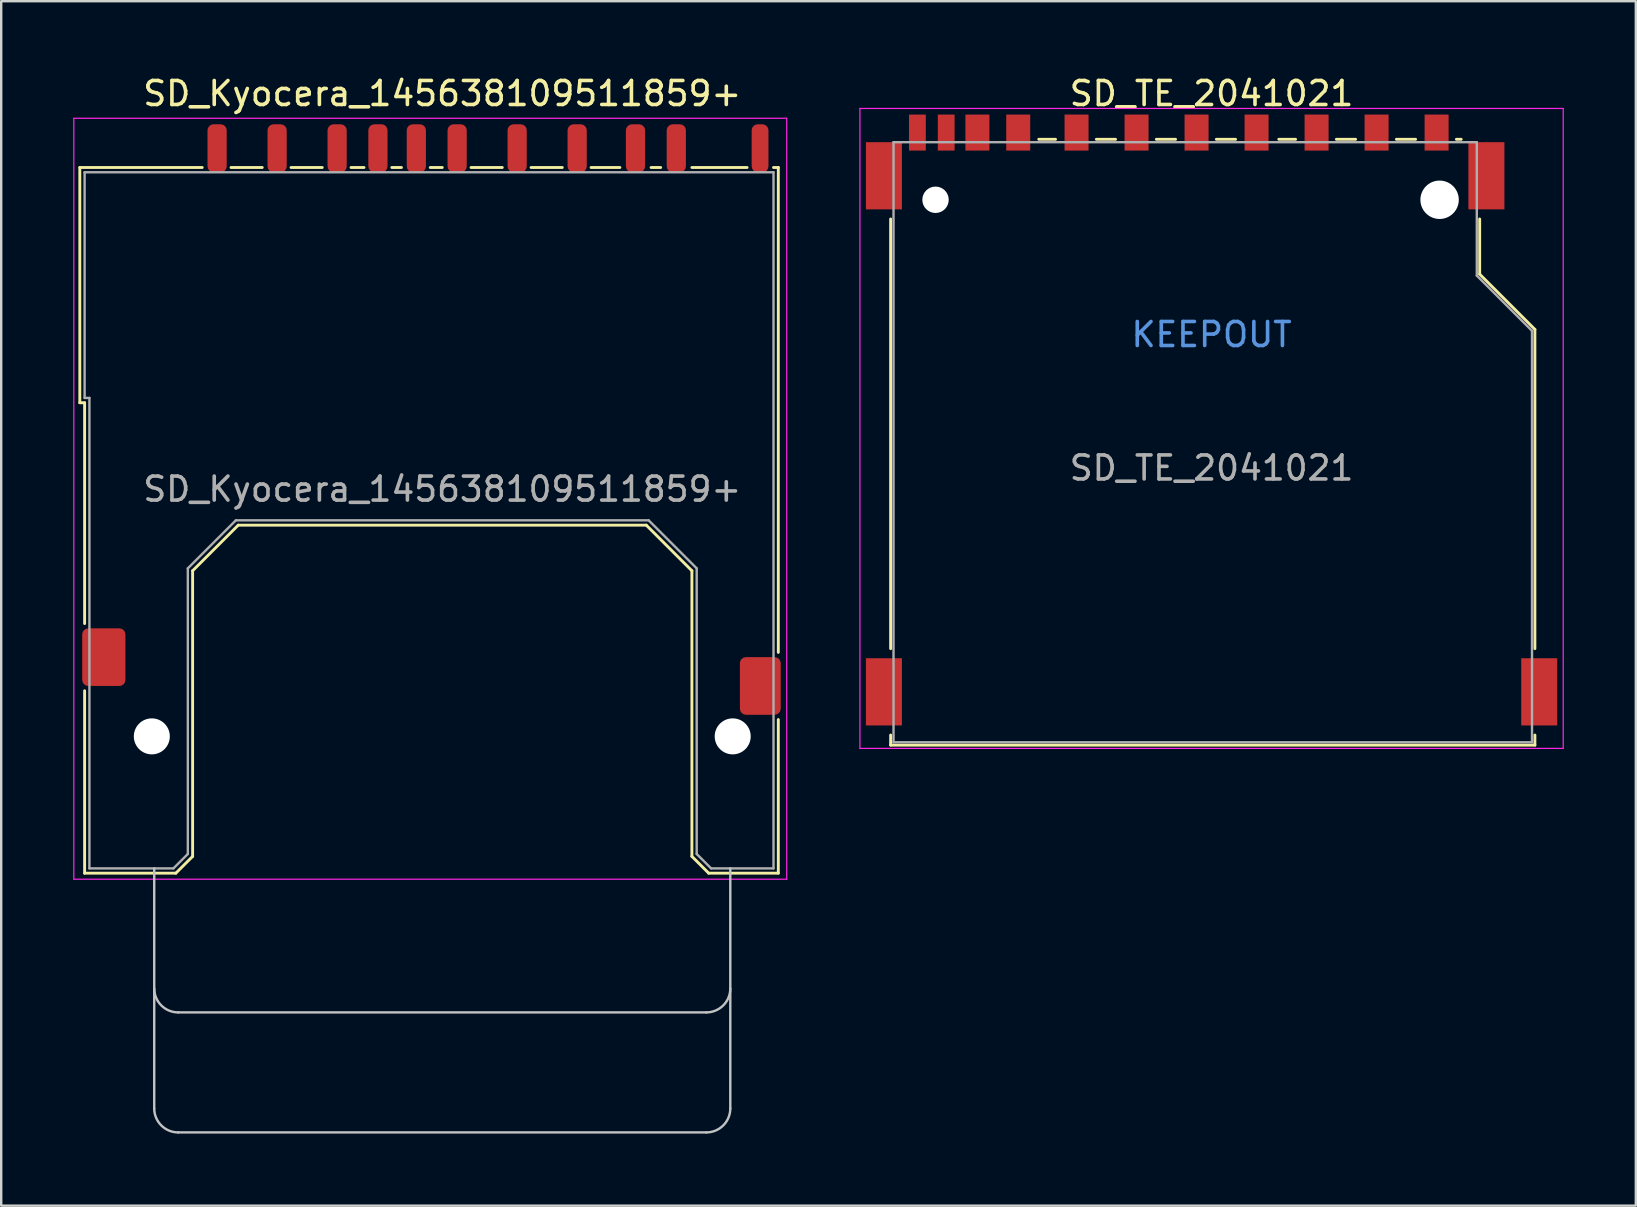
<source format=kicad_pcb>
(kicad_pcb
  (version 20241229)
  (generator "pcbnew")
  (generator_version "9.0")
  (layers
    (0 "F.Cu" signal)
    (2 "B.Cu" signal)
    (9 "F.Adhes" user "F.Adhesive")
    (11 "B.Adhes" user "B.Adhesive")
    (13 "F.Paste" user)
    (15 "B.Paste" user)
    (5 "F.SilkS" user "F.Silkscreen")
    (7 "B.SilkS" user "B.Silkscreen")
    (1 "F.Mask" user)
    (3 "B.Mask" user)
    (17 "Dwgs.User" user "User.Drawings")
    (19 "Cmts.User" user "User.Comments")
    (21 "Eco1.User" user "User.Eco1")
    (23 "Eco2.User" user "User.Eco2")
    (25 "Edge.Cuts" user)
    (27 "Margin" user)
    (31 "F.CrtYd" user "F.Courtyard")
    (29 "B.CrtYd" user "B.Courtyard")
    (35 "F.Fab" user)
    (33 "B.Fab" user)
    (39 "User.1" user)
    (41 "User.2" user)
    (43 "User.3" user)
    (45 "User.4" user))
  (footprint "SD_Kyocera_145638109511859+"
    (layer "F.Cu")
    (at 15.375 15.628)
    (property "Reference" "SD_Kyocera_145638109511859+" (at 0 -14.78 180) (layer "F.SilkS") (effects (font (size 1 1) (thickness 0.15))))
    (attr smd)
    (fp_line (start -15.1 -11.7) (end -10 -11.7) (stroke (width 0.12) (type solid)) (layer "F.SilkS"))
    (fp_line (start -15.1 -1.9) (end -15.1 -11.7) (stroke (width 0.12) (type solid)) (layer "F.SilkS"))
    (fp_line (start -14.9 -1.9) (end -15.1 -1.9) (stroke (width 0.12) (type solid)) (layer "F.SilkS"))
    (fp_line (start -14.9 -1.9) (end -14.9 7.3) (stroke (width 0.12) (type solid)) (layer "F.SilkS"))
    (fp_line (start -14.9 10.1) (end -14.9 17.7) (stroke (width 0.12) (type solid)) (layer "F.SilkS"))
    (fp_line (start -14.9 17.7) (end -11.1 17.7) (stroke (width 0.12) (type solid)) (layer "F.SilkS"))
    (fp_line (start -10.4 17) (end -11.1 17.7) (stroke (width 0.12) (type solid)) (layer "F.SilkS"))
    (fp_line (start -10.4 17) (end -10.4 5.1) (stroke (width 0.12) (type solid)) (layer "F.SilkS"))
    (fp_line (start -8.8 -11.7) (end -7.5 -11.7) (stroke (width 0.12) (type solid)) (layer "F.SilkS"))
    (fp_line (start -8.5 3.2) (end -10.4 5.1) (stroke (width 0.12) (type solid)) (layer "F.SilkS"))
    (fp_line (start -6.3 -11.7) (end -5 -11.7) (stroke (width 0.12) (type solid)) (layer "F.SilkS"))
    (fp_line (start -3.8 -11.7) (end -3.26 -11.7) (stroke (width 0.12) (type solid)) (layer "F.SilkS"))
    (fp_line (start -2.1 -11.7) (end -1.7 -11.7) (stroke (width 0.12) (type solid)) (layer "F.SilkS"))
    (fp_line (start -0.5 -11.7) (end 0 -11.7) (stroke (width 0.12) (type solid)) (layer "F.SilkS"))
    (fp_line (start 1.2 -11.7) (end 2.5 -11.7) (stroke (width 0.12) (type solid)) (layer "F.SilkS"))
    (fp_line (start 3.7 -11.7) (end 5 -11.7) (stroke (width 0.12) (type solid)) (layer "F.SilkS"))
    (fp_line (start 6.2 -11.7) (end 7.4 -11.7) (stroke (width 0.12) (type solid)) (layer "F.SilkS"))
    (fp_line (start 8.5 3.2) (end -8.5 3.2) (stroke (width 0.12) (type solid)) (layer "F.SilkS"))
    (fp_line (start 8.5 3.2) (end 10.4 5.1) (stroke (width 0.12) (type solid)) (layer "F.SilkS"))
    (fp_line (start 8.7 -11.7) (end 9.1 -11.7) (stroke (width 0.12) (type solid)) (layer "F.SilkS"))
    (fp_line (start 10.4 -11.7) (end 12.7 -11.7) (stroke (width 0.12) (type solid)) (layer "F.SilkS"))
    (fp_line (start 10.4 17) (end 10.4 5.1) (stroke (width 0.12) (type solid)) (layer "F.SilkS"))
    (fp_line (start 10.4 17) (end 11.1 17.7) (stroke (width 0.12) (type solid)) (layer "F.SilkS"))
    (fp_line (start 13.8 -11.7) (end 14 -11.7) (stroke (width 0.12) (type solid)) (layer "F.SilkS"))
    (fp_line (start 14 -11.7) (end 14 8.5) (stroke (width 0.12) (type solid)) (layer "F.SilkS"))
    (fp_line (start 14 11.3) (end 14 17.7) (stroke (width 0.12) (type solid)) (layer "F.SilkS"))
    (fp_line (start 14 17.7) (end 11.1 17.7) (stroke (width 0.12) (type solid)) (layer "F.SilkS"))
    (fp_line (start -12 27.5) (end -12 17.5) (stroke (width 0.1) (type solid)) (layer "Dwgs.User"))
    (fp_line (start 11 23.5) (end -11 23.5) (stroke (width 0.1) (type solid)) (layer "Dwgs.User"))
    (fp_line (start 11 28.5) (end -11 28.5) (stroke (width 0.1) (type solid)) (layer "Dwgs.User"))
    (fp_line (start 12 17.5) (end 12 27.5) (stroke (width 0.1) (type solid)) (layer "Dwgs.User"))
    (fp_arc (start -11 23.5) (mid -11.707107 23.207107) (end -12 22.5) (stroke (width 0.1) (type solid)) (layer "Dwgs.User"))
    (fp_arc (start -11 28.5) (mid -11.707107 28.207107) (end -12 27.5) (stroke (width 0.1) (type solid)) (layer "Dwgs.User"))
    (fp_arc (start 12 22.5) (mid 11.707107 23.207107) (end 11 23.5) (stroke (width 0.1) (type solid)) (layer "Dwgs.User"))
    (fp_arc (start 12 27.5) (mid 11.707107 28.207107) (end 11 28.5) (stroke (width 0.1) (type solid)) (layer "Dwgs.User"))
    (fp_line (start -15.35 -13.75) (end -15.35 17.95) (stroke (width 0.05) (type solid)) (layer "F.CrtYd"))
    (fp_line (start -15.35 17.95) (end 14.35 17.95) (stroke (width 0.05) (type solid)) (layer "F.CrtYd"))
    (fp_line (start 14.35 -13.75) (end -15.35 -13.75) (stroke (width 0.05) (type solid)) (layer "F.CrtYd"))
    (fp_line (start 14.35 17.95) (end 14.35 -13.75) (stroke (width 0.05) (type solid)) (layer "F.CrtYd"))
    (fp_line (start -14.9 -11.5) (end 13.8 -11.5) (stroke (width 0.1) (type solid)) (layer "F.Fab"))
    (fp_line (start -14.9 -2.1) (end -14.9 -11.5) (stroke (width 0.1) (type solid)) (layer "F.Fab"))
    (fp_line (start -14.7 -2.1) (end -14.9 -2.1) (stroke (width 0.1) (type solid)) (layer "F.Fab"))
    (fp_line (start -14.7 17.5) (end -14.7 -2.1) (stroke (width 0.1) (type solid)) (layer "F.Fab"))
    (fp_line (start -11.2 17.5) (end -14.7 17.5) (stroke (width 0.1) (type solid)) (layer "F.Fab"))
    (fp_line (start -11.2 17.5) (end -10.6 16.9) (stroke (width 0.1) (type solid)) (layer "F.Fab"))
    (fp_line (start -10.6 5) (end -10.6 16.9) (stroke (width 0.1) (type solid)) (layer "F.Fab"))
    (fp_line (start -10.6 5) (end -8.6 3) (stroke (width 0.1) (type solid)) (layer "F.Fab"))
    (fp_line (start 8.6 3) (end -8.6 3) (stroke (width 0.1) (type solid)) (layer "F.Fab"))
    (fp_line (start 8.6 3) (end 10.6 5) (stroke (width 0.1) (type solid)) (layer "F.Fab"))
    (fp_line (start 10.6 16.9) (end 10.6 5) (stroke (width 0.1) (type solid)) (layer "F.Fab"))
    (fp_line (start 10.6 16.9) (end 11.2 17.5) (stroke (width 0.1) (type solid)) (layer "F.Fab"))
    (fp_line (start 13.8 -11.5) (end 13.8 17.5) (stroke (width 0.1) (type solid)) (layer "F.Fab"))
    (fp_line (start 13.8 17.5) (end 11.2 17.5) (stroke (width 0.1) (type solid)) (layer "F.Fab"))
    (fp_text user "${REFERENCE}" (at 0 1.7 180) (layer "F.Fab") (effects (font (size 1 1) (thickness 0.15))))
    (pad "" np_thru_hole circle (at -12.1 12 180) (size 1.5 1.5) (drill 1.5) (layers "*.Cu" "*.Mask"))
    (pad "" np_thru_hole circle (at 12.1 12 180) (size 1.5 1.5) (drill 1.5) (layers "*.Cu" "*.Mask"))
    (pad "1" smd roundrect (at -6.88 -12.5) (size 0.8 2) (layers "F.Cu" "F.Mask" "F.Paste") (roundrect_rratio 0.313))
    (pad "2" smd roundrect (at -4.38 -12.5) (size 0.8 2) (layers "F.Cu" "F.Mask" "F.Paste") (roundrect_rratio 0.313))
    (pad "3" smd roundrect (at -1.08 -12.5) (size 0.8 2) (layers "F.Cu" "F.Mask" "F.Paste") (roundrect_rratio 0.313))
    (pad "4" smd roundrect (at 0.62 -12.5) (size 0.8 2) (layers "F.Cu" "F.Mask" "F.Paste") (roundrect_rratio 0.313))
    (pad "5" smd roundrect (at 3.12 -12.5) (size 0.8 2) (layers "F.Cu" "F.Mask" "F.Paste") (roundrect_rratio 0.313))
    (pad "6" smd roundrect (at 5.62 -12.5) (size 0.8 2) (layers "F.Cu" "F.Mask" "F.Paste") (roundrect_rratio 0.313))
    (pad "7" smd roundrect (at 8.05 -12.5) (size 0.8 2) (layers "F.Cu" "F.Mask" "F.Paste") (roundrect_rratio 0.313))
    (pad "8" smd roundrect (at 9.75 -12.5) (size 0.8 2) (layers "F.Cu" "F.Mask" "F.Paste") (roundrect_rratio 0.313))
    (pad "9" smd roundrect (at -9.38 -12.5) (size 0.8 2) (layers "F.Cu" "F.Mask" "F.Paste") (roundrect_rratio 0.313))
    (pad "10" smd roundrect (at -2.68 -12.5) (size 0.8 2) (layers "F.Cu" "F.Mask" "F.Paste") (roundrect_rratio 0.313))
    (pad "11" smd roundrect (at 13.24 -12.5) (size 0.7 2) (layers "F.Cu" "F.Mask" "F.Paste") (roundrect_rratio 0.357))
    (pad "12" smd roundrect (at 13.25 9.9) (size 1.7 2.4) (layers "F.Cu" "F.Mask" "F.Paste") (roundrect_rratio 0.147))
    (pad "13" smd roundrect (at -14.1 8.7) (size 1.8 2.4) (layers "F.Cu" "F.Mask" "F.Paste") (roundrect_rratio 0.139)))
  (footprint "SD_TE_2041021"
    (layer "F.Cu")
    (at 47.425 14.448)
    (property "Reference" "SD_TE_2041021" (at 0 -13.6 0) (layer "F.SilkS") (effects (font (size 1 1) (thickness 0.15))))
    (attr smd)
    (fp_line (start -13.37 -8.375) (end -13.37 9.525) (stroke (width 0.12) (type solid)) (layer "F.SilkS"))
    (fp_line (start -13.37 13.125) (end -13.37 13.545) (stroke (width 0.12) (type solid)) (layer "F.SilkS"))
    (fp_line (start -13.37 13.545) (end 13.47 13.545) (stroke (width 0.12) (type solid)) (layer "F.SilkS"))
    (fp_line (start -7.2 -11.695) (end -6.5 -11.695) (stroke (width 0.12) (type solid)) (layer "F.SilkS"))
    (fp_line (start -4.8 -11.695) (end -4 -11.695) (stroke (width 0.12) (type solid)) (layer "F.SilkS"))
    (fp_line (start -2.3 -11.695) (end -1.5 -11.695) (stroke (width 0.12) (type solid)) (layer "F.SilkS"))
    (fp_line (start 0.2 -11.695) (end 1 -11.695) (stroke (width 0.12) (type solid)) (layer "F.SilkS"))
    (fp_line (start 2.8 -11.695) (end 3.5 -11.695) (stroke (width 0.12) (type solid)) (layer "F.SilkS"))
    (fp_line (start 5.2 -11.695) (end 6 -11.695) (stroke (width 0.12) (type solid)) (layer "F.SilkS"))
    (fp_line (start 7.7 -11.695) (end 8.5 -11.695) (stroke (width 0.12) (type solid)) (layer "F.SilkS"))
    (fp_line (start 10.2 -11.695) (end 10.4 -11.695) (stroke (width 0.12) (type solid)) (layer "F.SilkS"))
    (fp_line (start 11.17 -8.375) (end 11.17 -6.075) (stroke (width 0.12) (type solid)) (layer "F.SilkS"))
    (fp_line (start 11.17 -6.075) (end 13.47 -3.775) (stroke (width 0.12) (type solid)) (layer "F.SilkS"))
    (fp_line (start 13.47 -3.775) (end 13.47 9.525) (stroke (width 0.12) (type solid)) (layer "F.SilkS"))
    (fp_line (start 13.47 13.545) (end 13.47 13.125) (stroke (width 0.12) (type solid)) (layer "F.SilkS"))
    (fp_line (start -14.65 -12.98) (end -14.65 13.68) (stroke (width 0.05) (type solid)) (layer "F.CrtYd"))
    (fp_line (start -14.65 -12.98) (end 14.65 -12.98) (stroke (width 0.05) (type solid)) (layer "F.CrtYd"))
    (fp_line (start 14.65 13.68) (end -14.65 13.68) (stroke (width 0.05) (type solid)) (layer "F.CrtYd"))
    (fp_line (start 14.65 13.68) (end 14.65 -12.98) (stroke (width 0.05) (type solid)) (layer "F.CrtYd"))
    (fp_line (start -13.25 -11.575) (end -13.25 13.425) (stroke (width 0.1) (type solid)) (layer "F.Fab"))
    (fp_line (start -13.25 13.425) (end 13.35 13.425) (stroke (width 0.1) (type solid)) (layer "F.Fab"))
    (fp_line (start 11.05 -11.575) (end -13.25 -11.575) (stroke (width 0.1) (type solid)) (layer "F.Fab"))
    (fp_line (start 11.05 -6.015) (end 11.05 -11.575) (stroke (width 0.1) (type solid)) (layer "F.Fab"))
    (fp_line (start 13.35 -3.715) (end 11.05 -6.015) (stroke (width 0.1) (type solid)) (layer "F.Fab"))
    (fp_line (start 13.35 13.425) (end 13.35 -3.715) (stroke (width 0.1) (type solid)) (layer "F.Fab"))
    (fp_text user "KEEPOUT" (at 0 -3.56 0) (layer "Cmts.User") (effects (font (size 1 1) (thickness 0.15))))
    (fp_text user "${REFERENCE}" (at 0 2 0) (layer "F.Fab") (effects (font (size 1 1) (thickness 0.15))))
    (pad "" np_thru_hole circle (at -11.5 -9.175) (size 1.1 1.1) (drill 1.1) (layers "*.Cu" "*.Mask"))
    (pad "" np_thru_hole circle (at 9.5 -9.175) (size 1.6 1.6) (drill 1.6) (layers "*.Cu" "*.Mask"))
    (pad "1" smd rect (at 6.875 -11.975) (size 1 1.5) (layers "F.Cu" "F.Mask" "F.Paste"))
    (pad "2" smd rect (at 4.375 -11.975) (size 1 1.5) (layers "F.Cu" "F.Mask" "F.Paste"))
    (pad "3" smd rect (at 1.875 -11.975) (size 1 1.5) (layers "F.Cu" "F.Mask" "F.Paste"))
    (pad "4" smd rect (at -0.625 -11.975) (size 1 1.5) (layers "F.Cu" "F.Mask" "F.Paste"))
    (pad "5" smd rect (at -3.125 -11.975) (size 1 1.5) (layers "F.Cu" "F.Mask" "F.Paste"))
    (pad "6" smd rect (at -5.625 -11.975) (size 1 1.5) (layers "F.Cu" "F.Mask" "F.Paste"))
    (pad "7" smd rect (at -8.055 -11.975) (size 1 1.5) (layers "F.Cu" "F.Mask" "F.Paste"))
    (pad "8" smd rect (at -9.755 -11.975) (size 1 1.5) (layers "F.Cu" "F.Mask" "F.Paste"))
    (pad "9" smd rect (at 9.375 -11.975) (size 1 1.5) (layers "F.Cu" "F.Mask" "F.Paste"))
    (pad "10" smd rect (at -11.055 -11.975) (size 0.7 1.5) (layers "F.Cu" "F.Mask" "F.Paste"))
    (pad "11" smd rect (at -12.255 -11.975) (size 0.7 1.5) (layers "F.Cu" "F.Mask" "F.Paste"))
    (pad "12" smd rect (at -13.65 -10.175) (size 1.5 2.8) (layers "F.Cu" "F.Mask" "F.Paste"))
    (pad "12" smd rect (at -13.65 11.325) (size 1.5 2.8) (layers "F.Cu" "F.Mask" "F.Paste"))
    (pad "12" smd rect (at 11.45 -10.175) (size 1.5 2.8) (layers "F.Cu" "F.Mask" "F.Paste"))
    (pad "12" smd rect (at 13.65 11.325) (size 1.5 2.8) (layers "F.Cu" "F.Mask" "F.Paste"))
    (zone (net_name "") (layer "F.Cu") (hatch full 0.508) (connect_pads) (min_thickness 0.254) (filled_areas_thickness no) (keepout (tracks not_allowed) (vias not_allowed) (pads not_allowed) (copperpour not_allowed) (footprints not_allowed)) (placement (enabled no)) (fill) (polygon (pts (xy 36.755 15.323) (xy 57.725 15.323) (xy 57.725 6.373) (xy 36.755 6.373)))))
  (gr_rect
    (start -3 -3)
    (end 65.1 47.178)
    (stroke (width 0.1) (type default))
    (fill no)
    (layer "Edge.Cuts")))
</source>
